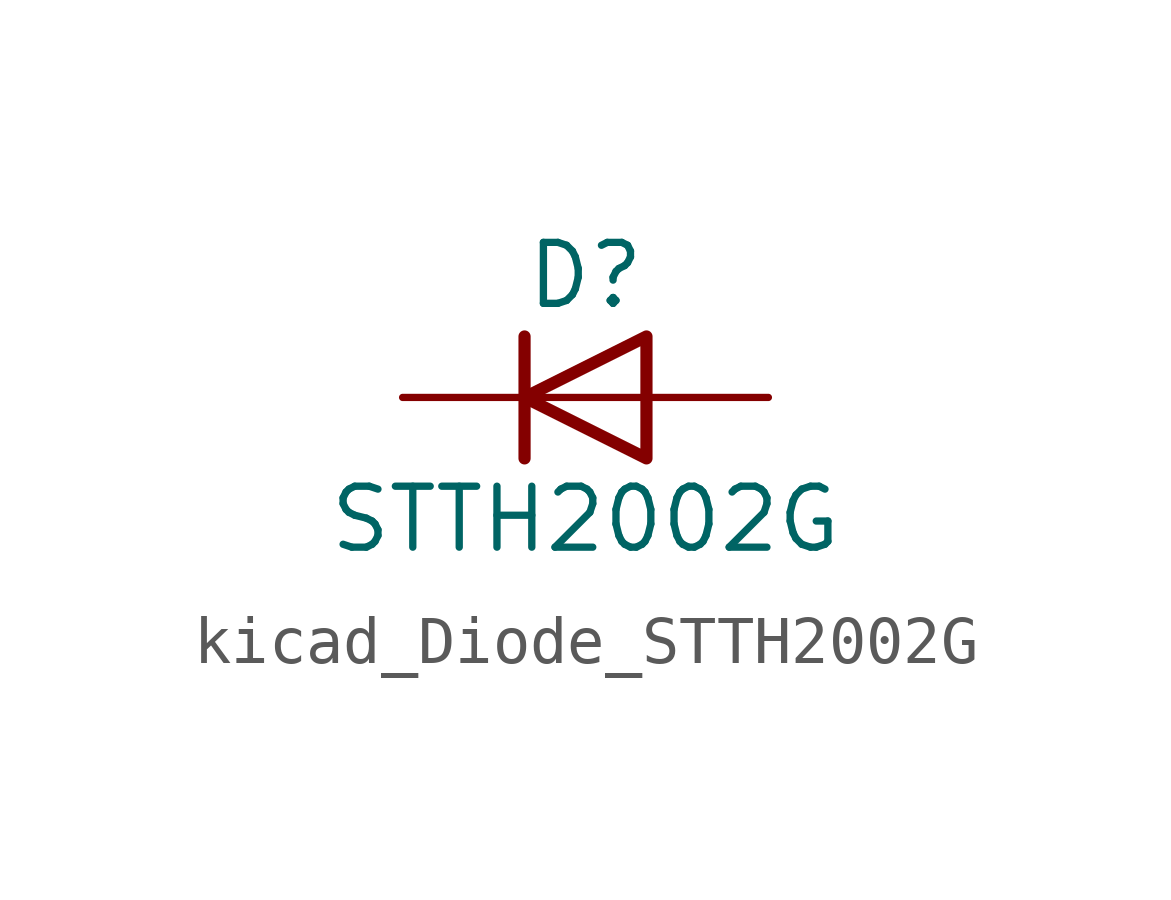
<source format=kicad_sym>
(kicad_symbol_lib
  (version 20220914)
  (generator kicad_symbol_editor)
  (symbol "kicad_Diode_STTH2002G"
    (pin_numbers hide)
    (pin_names hide)
    (property "Reference" "D"
      (at 0 2.54 0)
      (effects (font (size 1.27 1.27))))
    (property "Value" "STTH2002G"
      (at 0 -2.54 0)
      (effects (font (size 1.27 1.27))))
    (symbol "kicad_Diode_STTH2002G_0_0"
      (pin passive line (at -3.81 0 0) (length 2.54) (name "K" (effects (font (size 1.27 1.27)))) (number "2" (effects (font (size 1.27 1.27))))))
    (symbol "kicad_Diode_STTH2002G_0_1"
      (polyline (pts (xy -1.27 1.27) (xy -1.27 -1.27)) (stroke (width 0.254) (type default)) (fill (type none)))
      (polyline (pts (xy 1.27 0) (xy -1.27 0)) (stroke (width 0) (type default)) (fill (type none)))
      (polyline (pts (xy 1.27 1.27) (xy 1.27 -1.27) (xy -1.27 0) (xy 1.27 1.27)) (stroke (width 0.254) (type default)) (fill (type none))))
    (symbol "kicad_Diode_STTH2002G_1_1"
      (pin no_connect line (at 0 0 90) (length 2.54) hide (name "NC" (effects (font (size 1.27 1.27)))) (number "1" (effects (font (size 1.27 1.27)))))
      (pin passive line (at 3.81 0 180) (length 2.54) (name "A" (effects (font (size 1.27 1.27)))) (number "3" (effects (font (size 1.27 1.27))))))))
</source>
